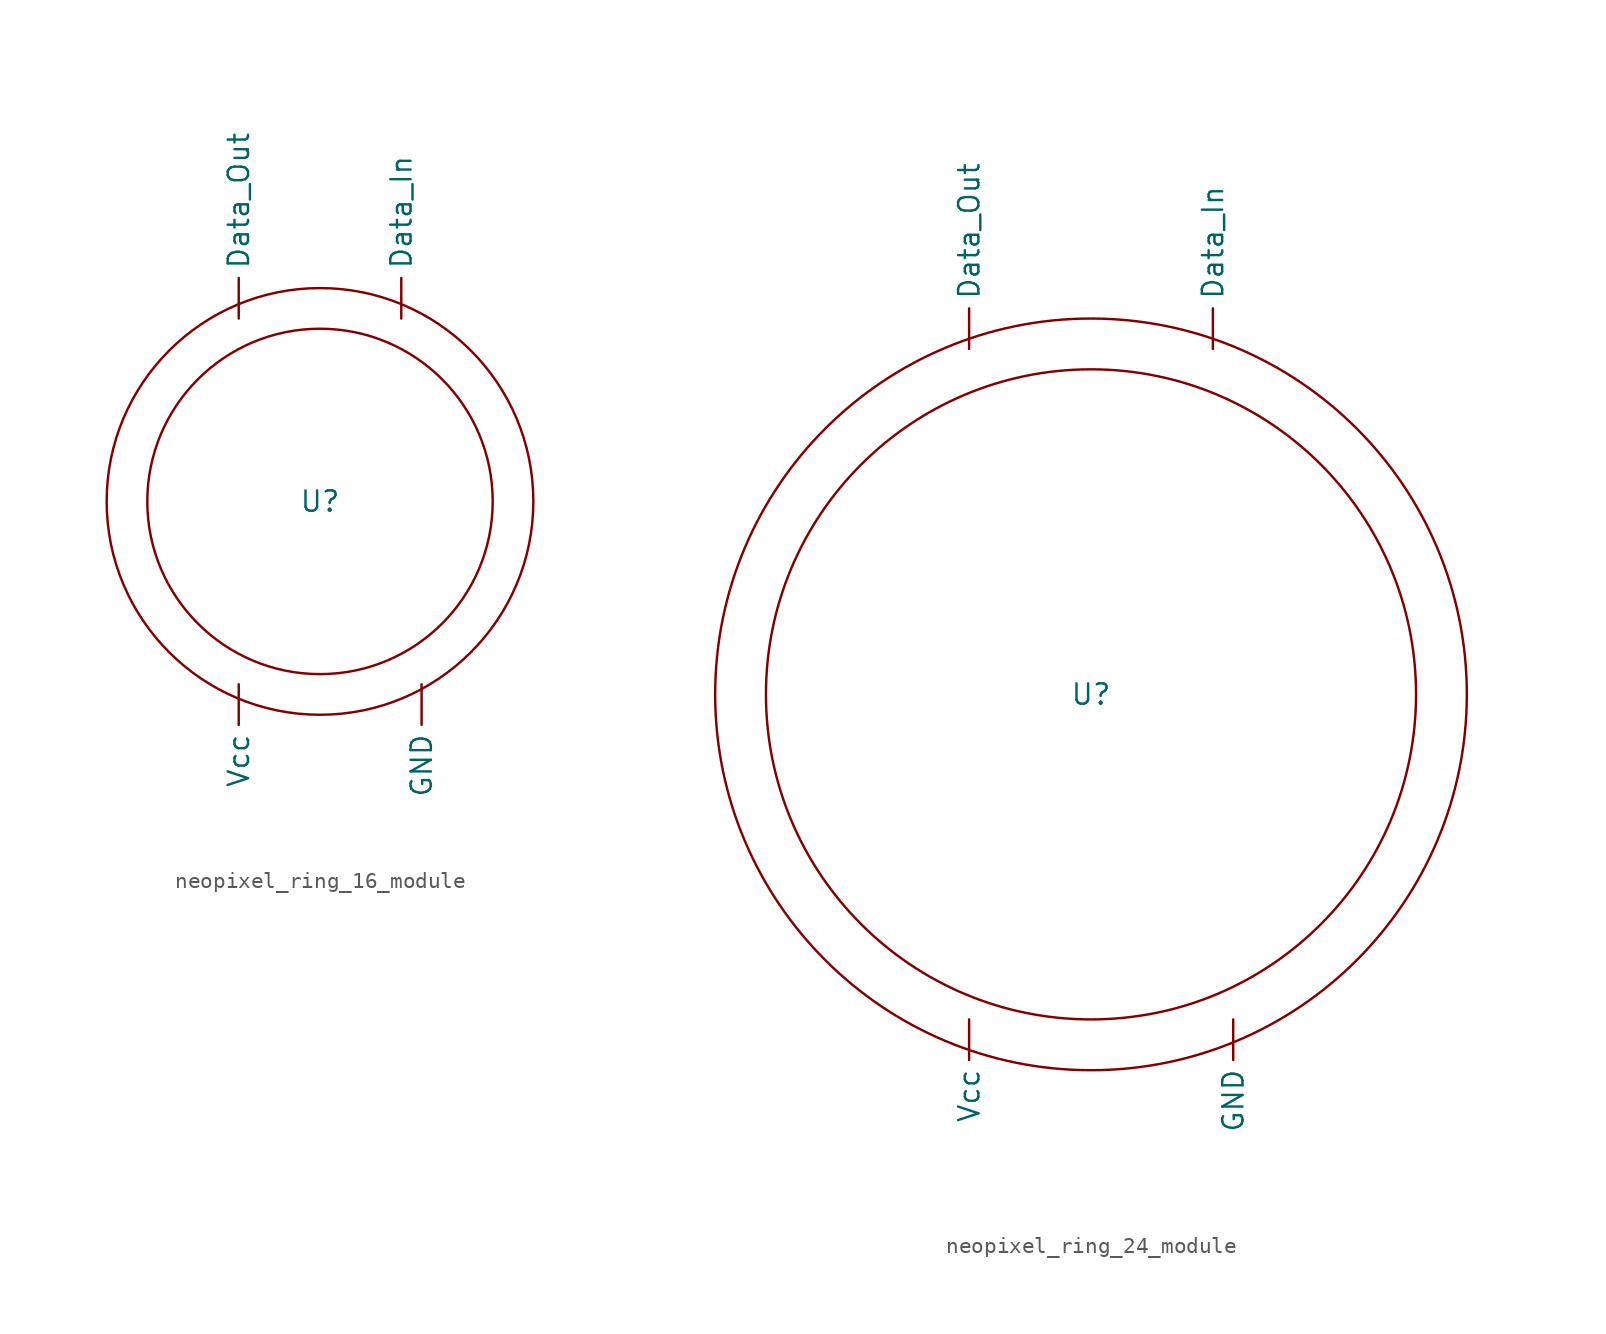
<source format=kicad_sym>
(kicad_symbol_lib
  (version 20231120)
  (generator "kicad_symbol_editor")
  (generator_version "8.0")
  (symbol "neopixel_ring_16_module"
    (property "Reference" "U"
      (at 0 0 0)
      (effects (font (size 1.27 1.27))))
    (property "Value" ""
      (at 0 0 0)
      (effects (font (size 1.27 1.27))))
    (symbol "neopixel_ring_16_module_0_1"
      (circle (center 0 0) (radius 10.795) (stroke (width 0) (type default)) (fill (type none)))
      (circle (center 0 0) (radius 13.335) (stroke (width 0) (type default)) (fill (type none))))
    (symbol "neopixel_ring_16_module_1_1"
      (pin input line (at 5.08 11.43 90) (length 2.54) (name "Data_In" (effects (font (size 1.27 1.27)))) (number "" (effects (font (size 1.27 1.27)))))
      (pin output line (at -5.08 11.43 90) (length 2.54) (name "Data_Out" (effects (font (size 1.27 1.27)))) (number "" (effects (font (size 1.27 1.27)))))
      (pin output line (at 6.35 -11.43 270) (length 2.54) (name "GND" (effects (font (size 1.27 1.27)))) (number "" (effects (font (size 1.27 1.27)))))
      (pin input line (at -5.08 -11.43 270) (length 2.54) (name "Vcc" (effects (font (size 1.27 1.27)))) (number "" (effects (font (size 1.27 1.27)))))))
  (symbol "neopixel_ring_24_module"
    (property "Reference" "U"
      (at 0 0 0)
      (effects (font (size 1.27 1.27))))
    (property "Value" ""
      (at 0 0 0)
      (effects (font (size 1.27 1.27))))
    (symbol "neopixel_ring_24_module_0_1"
      (circle (center 0 0) (radius 20.32) (stroke (width 0) (type default)) (fill (type none)))
      (circle (center 0 0) (radius 23.495) (stroke (width 0) (type default)) (fill (type none))))
    (symbol "neopixel_ring_24_module_1_1"
      (pin input line (at 7.62 21.59 90) (length 2.54) (name "Data_In" (effects (font (size 1.27 1.27)))) (number "" (effects (font (size 1.27 1.27)))))
      (pin output line (at -7.62 21.59 90) (length 2.54) (name "Data_Out" (effects (font (size 1.27 1.27)))) (number "" (effects (font (size 1.27 1.27)))))
      (pin output line (at 8.89 -20.32 270) (length 2.54) (name "GND" (effects (font (size 1.27 1.27)))) (number "" (effects (font (size 1.27 1.27)))))
      (pin input line (at -7.62 -20.32 270) (length 2.54) (name "Vcc" (effects (font (size 1.27 1.27)))) (number "" (effects (font (size 1.27 1.27))))))))
</source>
